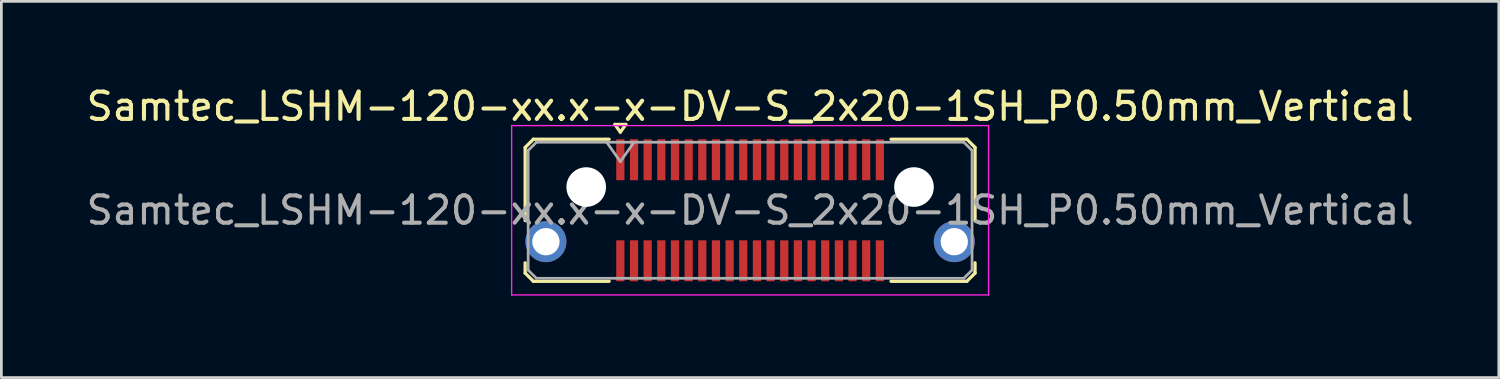
<source format=kicad_pcb>
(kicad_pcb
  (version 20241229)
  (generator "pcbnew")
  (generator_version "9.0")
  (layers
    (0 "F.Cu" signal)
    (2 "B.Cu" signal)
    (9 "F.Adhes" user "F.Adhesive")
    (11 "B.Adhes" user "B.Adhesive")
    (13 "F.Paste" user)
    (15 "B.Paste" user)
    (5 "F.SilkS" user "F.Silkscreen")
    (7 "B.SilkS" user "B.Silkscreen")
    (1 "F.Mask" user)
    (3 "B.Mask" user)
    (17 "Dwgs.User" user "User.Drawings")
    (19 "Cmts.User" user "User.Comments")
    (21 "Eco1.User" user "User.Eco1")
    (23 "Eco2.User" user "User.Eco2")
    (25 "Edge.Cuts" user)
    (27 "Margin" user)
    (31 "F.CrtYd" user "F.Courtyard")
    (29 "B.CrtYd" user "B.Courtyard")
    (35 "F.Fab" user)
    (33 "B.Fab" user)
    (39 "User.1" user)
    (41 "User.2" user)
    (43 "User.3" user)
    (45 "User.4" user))
  (footprint "Samtec_LSHM-120-xx.x-x-DV-S_2x20-1SH_P0.50mm_Vertical"
    (layer "F.Cu")
    (at 24.411 4.648)
    (property "Reference" "Samtec_LSHM-120-xx.x-x-DV-S_2x20-1SH_P0.50mm_Vertical" (at 0 -3.8 0) (layer "F.SilkS") (effects (font (size 1 1) (thickness 0.15))))
    (attr smd)
    (fp_line (start -8.235 -2.3) (end -8.235 0.377) (stroke (width 0.12) (type solid)) (layer "F.SilkS"))
    (fp_line (start -8.235 1.923) (end -8.235 2.3) (stroke (width 0.12) (type solid)) (layer "F.SilkS"))
    (fp_line (start -8.235 2.3) (end -7.935 2.6) (stroke (width 0.12) (type solid)) (layer "F.SilkS"))
    (fp_line (start -7.935 -2.6) (end -8.235 -2.3) (stroke (width 0.12) (type solid)) (layer "F.SilkS"))
    (fp_line (start -7.935 2.6) (end -5.16 2.6) (stroke (width 0.12) (type solid)) (layer "F.SilkS"))
    (fp_line (start -5.16 -2.6) (end -7.935 -2.6) (stroke (width 0.12) (type solid)) (layer "F.SilkS"))
    (fp_line (start -4.95 -3.143) (end -4.55 -3.143) (stroke (width 0.12) (type solid)) (layer "F.SilkS"))
    (fp_line (start -4.75 -2.86) (end -4.95 -3.143) (stroke (width 0.12) (type solid)) (layer "F.SilkS"))
    (fp_line (start -4.55 -3.143) (end -4.75 -2.86) (stroke (width 0.12) (type solid)) (layer "F.SilkS"))
    (fp_line (start 5.16 -2.6) (end 7.935 -2.6) (stroke (width 0.12) (type solid)) (layer "F.SilkS"))
    (fp_line (start 7.935 -2.6) (end 8.235 -2.3) (stroke (width 0.12) (type solid)) (layer "F.SilkS"))
    (fp_line (start 7.935 2.6) (end 5.16 2.6) (stroke (width 0.12) (type solid)) (layer "F.SilkS"))
    (fp_line (start 8.235 -2.3) (end 8.235 0.377) (stroke (width 0.12) (type solid)) (layer "F.SilkS"))
    (fp_line (start 8.235 1.923) (end 8.235 2.3) (stroke (width 0.12) (type solid)) (layer "F.SilkS"))
    (fp_line (start 8.235 2.3) (end 7.935 2.6) (stroke (width 0.12) (type solid)) (layer "F.SilkS"))
    (fp_line (start -8.73 -3.1) (end -8.73 3.1) (stroke (width 0.05) (type solid)) (layer "F.CrtYd"))
    (fp_line (start -8.73 3.1) (end 8.73 3.1) (stroke (width 0.05) (type solid)) (layer "F.CrtYd"))
    (fp_line (start 8.73 -3.1) (end -8.73 -3.1) (stroke (width 0.05) (type solid)) (layer "F.CrtYd"))
    (fp_line (start 8.73 3.1) (end 8.73 -3.1) (stroke (width 0.05) (type solid)) (layer "F.CrtYd"))
    (fp_line (start -8.125 -2.19) (end -8.125 2.19) (stroke (width 0.1) (type solid)) (layer "F.Fab"))
    (fp_line (start -8.125 2.19) (end -7.825 2.49) (stroke (width 0.1) (type solid)) (layer "F.Fab"))
    (fp_line (start -7.825 -2.49) (end -8.125 -2.19) (stroke (width 0.1) (type solid)) (layer "F.Fab"))
    (fp_line (start -7.825 2.49) (end 0 2.49) (stroke (width 0.1) (type solid)) (layer "F.Fab"))
    (fp_line (start -5.25 -2.49) (end -4.75 -1.783) (stroke (width 0.1) (type solid)) (layer "F.Fab"))
    (fp_line (start -4.75 -1.783) (end -4.25 -2.49) (stroke (width 0.1) (type solid)) (layer "F.Fab"))
    (fp_line (start 0 -2.49) (end -7.825 -2.49) (stroke (width 0.1) (type solid)) (layer "F.Fab"))
    (fp_line (start 0 -2.49) (end 7.825 -2.49) (stroke (width 0.1) (type solid)) (layer "F.Fab"))
    (fp_line (start 7.825 -2.49) (end 8.125 -2.19) (stroke (width 0.1) (type solid)) (layer "F.Fab"))
    (fp_line (start 7.825 2.49) (end 0 2.49) (stroke (width 0.1) (type solid)) (layer "F.Fab"))
    (fp_line (start 8.125 -2.19) (end 8.125 2.19) (stroke (width 0.1) (type solid)) (layer "F.Fab"))
    (fp_line (start 8.125 2.19) (end 7.825 2.49) (stroke (width 0.1) (type solid)) (layer "F.Fab"))
    (fp_text user "${REFERENCE}" (at 0 0 0) (layer "F.Fab") (effects (font (size 1 1) (thickness 0.15))))
    (pad "" np_thru_hole circle (at -6 -0.85) (size 1.45 1.45) (drill 1.45) (layers "*.Cu" "*.Mask"))
    (pad "" np_thru_hole circle (at 6 -0.85) (size 1.45 1.45) (drill 1.45) (layers "*.Cu" "*.Mask"))
    (pad "1" smd rect (at -4.75 -1.85) (size 0.3 1.5) (layers "F.Cu" "F.Mask" "F.Paste"))
    (pad "2" smd rect (at -4.75 1.85) (size 0.3 1.5) (layers "F.Cu" "F.Mask" "F.Paste"))
    (pad "3" smd rect (at -4.25 -1.85) (size 0.3 1.5) (layers "F.Cu" "F.Mask" "F.Paste"))
    (pad "4" smd rect (at -4.25 1.85) (size 0.3 1.5) (layers "F.Cu" "F.Mask" "F.Paste"))
    (pad "5" smd rect (at -3.75 -1.85) (size 0.3 1.5) (layers "F.Cu" "F.Mask" "F.Paste"))
    (pad "6" smd rect (at -3.75 1.85) (size 0.3 1.5) (layers "F.Cu" "F.Mask" "F.Paste"))
    (pad "7" smd rect (at -3.25 -1.85) (size 0.3 1.5) (layers "F.Cu" "F.Mask" "F.Paste"))
    (pad "8" smd rect (at -3.25 1.85) (size 0.3 1.5) (layers "F.Cu" "F.Mask" "F.Paste"))
    (pad "9" smd rect (at -2.75 -1.85) (size 0.3 1.5) (layers "F.Cu" "F.Mask" "F.Paste"))
    (pad "10" smd rect (at -2.75 1.85) (size 0.3 1.5) (layers "F.Cu" "F.Mask" "F.Paste"))
    (pad "11" smd rect (at -2.25 -1.85) (size 0.3 1.5) (layers "F.Cu" "F.Mask" "F.Paste"))
    (pad "12" smd rect (at -2.25 1.85) (size 0.3 1.5) (layers "F.Cu" "F.Mask" "F.Paste"))
    (pad "13" smd rect (at -1.75 -1.85) (size 0.3 1.5) (layers "F.Cu" "F.Mask" "F.Paste"))
    (pad "14" smd rect (at -1.75 1.85) (size 0.3 1.5) (layers "F.Cu" "F.Mask" "F.Paste"))
    (pad "15" smd rect (at -1.25 -1.85) (size 0.3 1.5) (layers "F.Cu" "F.Mask" "F.Paste"))
    (pad "16" smd rect (at -1.25 1.85) (size 0.3 1.5) (layers "F.Cu" "F.Mask" "F.Paste"))
    (pad "17" smd rect (at -0.75 -1.85) (size 0.3 1.5) (layers "F.Cu" "F.Mask" "F.Paste"))
    (pad "18" smd rect (at -0.75 1.85) (size 0.3 1.5) (layers "F.Cu" "F.Mask" "F.Paste"))
    (pad "19" smd rect (at -0.25 -1.85) (size 0.3 1.5) (layers "F.Cu" "F.Mask" "F.Paste"))
    (pad "20" smd rect (at -0.25 1.85) (size 0.3 1.5) (layers "F.Cu" "F.Mask" "F.Paste"))
    (pad "21" smd rect (at 0.25 -1.85) (size 0.3 1.5) (layers "F.Cu" "F.Mask" "F.Paste"))
    (pad "22" smd rect (at 0.25 1.85) (size 0.3 1.5) (layers "F.Cu" "F.Mask" "F.Paste"))
    (pad "23" smd rect (at 0.75 -1.85) (size 0.3 1.5) (layers "F.Cu" "F.Mask" "F.Paste"))
    (pad "24" smd rect (at 0.75 1.85) (size 0.3 1.5) (layers "F.Cu" "F.Mask" "F.Paste"))
    (pad "25" smd rect (at 1.25 -1.85) (size 0.3 1.5) (layers "F.Cu" "F.Mask" "F.Paste"))
    (pad "26" smd rect (at 1.25 1.85) (size 0.3 1.5) (layers "F.Cu" "F.Mask" "F.Paste"))
    (pad "27" smd rect (at 1.75 -1.85) (size 0.3 1.5) (layers "F.Cu" "F.Mask" "F.Paste"))
    (pad "28" smd rect (at 1.75 1.85) (size 0.3 1.5) (layers "F.Cu" "F.Mask" "F.Paste"))
    (pad "29" smd rect (at 2.25 -1.85) (size 0.3 1.5) (layers "F.Cu" "F.Mask" "F.Paste"))
    (pad "30" smd rect (at 2.25 1.85) (size 0.3 1.5) (layers "F.Cu" "F.Mask" "F.Paste"))
    (pad "31" smd rect (at 2.75 -1.85) (size 0.3 1.5) (layers "F.Cu" "F.Mask" "F.Paste"))
    (pad "32" smd rect (at 2.75 1.85) (size 0.3 1.5) (layers "F.Cu" "F.Mask" "F.Paste"))
    (pad "33" smd rect (at 3.25 -1.85) (size 0.3 1.5) (layers "F.Cu" "F.Mask" "F.Paste"))
    (pad "34" smd rect (at 3.25 1.85) (size 0.3 1.5) (layers "F.Cu" "F.Mask" "F.Paste"))
    (pad "35" smd rect (at 3.75 -1.85) (size 0.3 1.5) (layers "F.Cu" "F.Mask" "F.Paste"))
    (pad "36" smd rect (at 3.75 1.85) (size 0.3 1.5) (layers "F.Cu" "F.Mask" "F.Paste"))
    (pad "37" smd rect (at 4.25 -1.85) (size 0.3 1.5) (layers "F.Cu" "F.Mask" "F.Paste"))
    (pad "38" smd rect (at 4.25 1.85) (size 0.3 1.5) (layers "F.Cu" "F.Mask" "F.Paste"))
    (pad "39" smd rect (at 4.75 -1.85) (size 0.3 1.5) (layers "F.Cu" "F.Mask" "F.Paste"))
    (pad "40" smd rect (at 4.75 1.85) (size 0.3 1.5) (layers "F.Cu" "F.Mask" "F.Paste"))
    (pad "SH" thru_hole circle (at -7.475 1.15) (size 1.5 1.5) (drill 1) (layers "*.Cu" "*.Mask"))
    (pad "SH" thru_hole circle (at 7.475 1.15) (size 1.5 1.5) (drill 1) (layers "*.Cu" "*.Mask")))
  (gr_rect
    (start -3 -3)
    (end 51.821 10.773)
    (stroke (width 0.1) (type default))
    (fill no)
    (layer "Edge.Cuts")))
</source>
